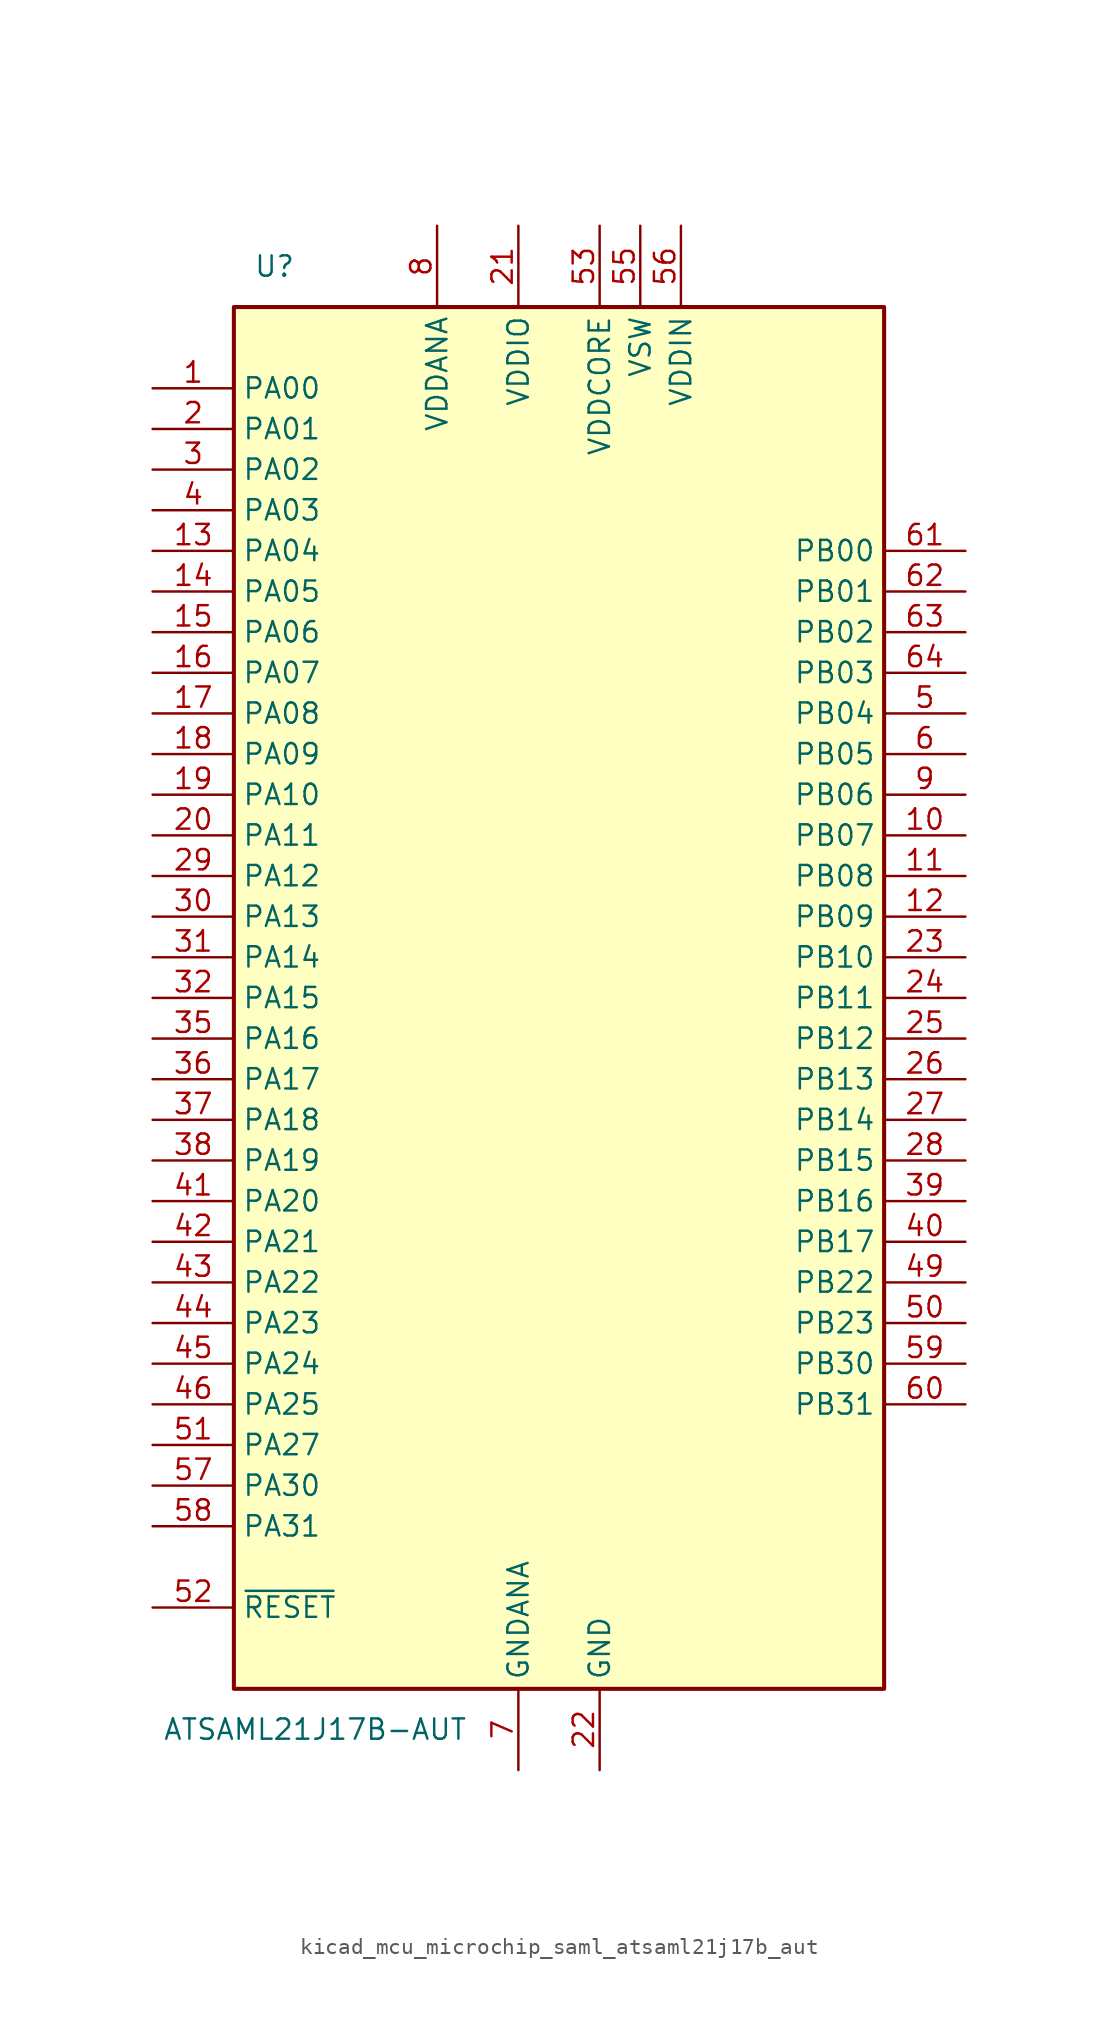
<source format=kicad_sym>
(kicad_symbol_lib
  (version 20220914)
  (generator kicad_symbol_editor)
  (symbol "kicad_mcu_microchip_saml_atsaml21j17b_aut"
    (property "Reference" "U"
      (at -17.78 45.72 0)
      (effects (font (size 1.27 1.27))))
    (property "Value" "ATSAML21J17B-AUT"
      (at -15.24 -45.72 0)
      (effects (font (size 1.27 1.27))))
    (symbol "kicad_mcu_microchip_saml_atsaml21j17b_aut_0_1"
      (rectangle (start -20.32 43.18) (end 20.32 -43.18) (stroke (width 0.254) (type default)) (fill (type background))))
    (symbol "kicad_mcu_microchip_saml_atsaml21j17b_aut_1_1"
      (pin bidirectional line (at -25.4 38.1 0) (length 5.08) (name "PA00" (effects (font (size 1.27 1.27)))) (number "1" (effects (font (size 1.27 1.27)))))
      (pin bidirectional line (at 25.4 10.16 180) (length 5.08) (name "PB07" (effects (font (size 1.27 1.27)))) (number "10" (effects (font (size 1.27 1.27)))))
      (pin bidirectional line (at 25.4 7.62 180) (length 5.08) (name "PB08" (effects (font (size 1.27 1.27)))) (number "11" (effects (font (size 1.27 1.27)))))
      (pin bidirectional line (at 25.4 5.08 180) (length 5.08) (name "PB09" (effects (font (size 1.27 1.27)))) (number "12" (effects (font (size 1.27 1.27)))))
      (pin bidirectional line (at -25.4 27.94 0) (length 5.08) (name "PA04" (effects (font (size 1.27 1.27)))) (number "13" (effects (font (size 1.27 1.27)))))
      (pin bidirectional line (at -25.4 25.4 0) (length 5.08) (name "PA05" (effects (font (size 1.27 1.27)))) (number "14" (effects (font (size 1.27 1.27)))))
      (pin bidirectional line (at -25.4 22.86 0) (length 5.08) (name "PA06" (effects (font (size 1.27 1.27)))) (number "15" (effects (font (size 1.27 1.27)))))
      (pin bidirectional line (at -25.4 20.32 0) (length 5.08) (name "PA07" (effects (font (size 1.27 1.27)))) (number "16" (effects (font (size 1.27 1.27)))))
      (pin bidirectional line (at -25.4 17.78 0) (length 5.08) (name "PA08" (effects (font (size 1.27 1.27)))) (number "17" (effects (font (size 1.27 1.27)))))
      (pin bidirectional line (at -25.4 15.24 0) (length 5.08) (name "PA09" (effects (font (size 1.27 1.27)))) (number "18" (effects (font (size 1.27 1.27)))))
      (pin bidirectional line (at -25.4 12.7 0) (length 5.08) (name "PA10" (effects (font (size 1.27 1.27)))) (number "19" (effects (font (size 1.27 1.27)))))
      (pin bidirectional line (at -25.4 35.56 0) (length 5.08) (name "PA01" (effects (font (size 1.27 1.27)))) (number "2" (effects (font (size 1.27 1.27)))))
      (pin bidirectional line (at -25.4 10.16 0) (length 5.08) (name "PA11" (effects (font (size 1.27 1.27)))) (number "20" (effects (font (size 1.27 1.27)))))
      (pin power_in line (at -2.54 48.26 270) (length 5.08) (name "VDDIO" (effects (font (size 1.27 1.27)))) (number "21" (effects (font (size 1.27 1.27)))))
      (pin power_in line (at 2.54 -48.26 90) (length 5.08) (name "GND" (effects (font (size 1.27 1.27)))) (number "22" (effects (font (size 1.27 1.27)))))
      (pin bidirectional line (at 25.4 2.54 180) (length 5.08) (name "PB10" (effects (font (size 1.27 1.27)))) (number "23" (effects (font (size 1.27 1.27)))))
      (pin bidirectional line (at 25.4 0 180) (length 5.08) (name "PB11" (effects (font (size 1.27 1.27)))) (number "24" (effects (font (size 1.27 1.27)))))
      (pin bidirectional line (at 25.4 -2.54 180) (length 5.08) (name "PB12" (effects (font (size 1.27 1.27)))) (number "25" (effects (font (size 1.27 1.27)))))
      (pin bidirectional line (at 25.4 -5.08 180) (length 5.08) (name "PB13" (effects (font (size 1.27 1.27)))) (number "26" (effects (font (size 1.27 1.27)))))
      (pin bidirectional line (at 25.4 -7.62 180) (length 5.08) (name "PB14" (effects (font (size 1.27 1.27)))) (number "27" (effects (font (size 1.27 1.27)))))
      (pin bidirectional line (at 25.4 -10.16 180) (length 5.08) (name "PB15" (effects (font (size 1.27 1.27)))) (number "28" (effects (font (size 1.27 1.27)))))
      (pin bidirectional line (at -25.4 7.62 0) (length 5.08) (name "PA12" (effects (font (size 1.27 1.27)))) (number "29" (effects (font (size 1.27 1.27)))))
      (pin bidirectional line (at -25.4 33.02 0) (length 5.08) (name "PA02" (effects (font (size 1.27 1.27)))) (number "3" (effects (font (size 1.27 1.27)))))
      (pin bidirectional line (at -25.4 5.08 0) (length 5.08) (name "PA13" (effects (font (size 1.27 1.27)))) (number "30" (effects (font (size 1.27 1.27)))))
      (pin bidirectional line (at -25.4 2.54 0) (length 5.08) (name "PA14" (effects (font (size 1.27 1.27)))) (number "31" (effects (font (size 1.27 1.27)))))
      (pin bidirectional line (at -25.4 0 0) (length 5.08) (name "PA15" (effects (font (size 1.27 1.27)))) (number "32" (effects (font (size 1.27 1.27)))))
      (pin passive line (at 2.54 -48.26 90) (length 5.08) hide (name "GND" (effects (font (size 1.27 1.27)))) (number "33" (effects (font (size 1.27 1.27)))))
      (pin passive line (at -2.54 48.26 270) (length 5.08) hide (name "VDDIO" (effects (font (size 1.27 1.27)))) (number "34" (effects (font (size 1.27 1.27)))))
      (pin bidirectional line (at -25.4 -2.54 0) (length 5.08) (name "PA16" (effects (font (size 1.27 1.27)))) (number "35" (effects (font (size 1.27 1.27)))))
      (pin bidirectional line (at -25.4 -5.08 0) (length 5.08) (name "PA17" (effects (font (size 1.27 1.27)))) (number "36" (effects (font (size 1.27 1.27)))))
      (pin bidirectional line (at -25.4 -7.62 0) (length 5.08) (name "PA18" (effects (font (size 1.27 1.27)))) (number "37" (effects (font (size 1.27 1.27)))))
      (pin bidirectional line (at -25.4 -10.16 0) (length 5.08) (name "PA19" (effects (font (size 1.27 1.27)))) (number "38" (effects (font (size 1.27 1.27)))))
      (pin bidirectional line (at 25.4 -12.7 180) (length 5.08) (name "PB16" (effects (font (size 1.27 1.27)))) (number "39" (effects (font (size 1.27 1.27)))))
      (pin bidirectional line (at -25.4 30.48 0) (length 5.08) (name "PA03" (effects (font (size 1.27 1.27)))) (number "4" (effects (font (size 1.27 1.27)))))
      (pin bidirectional line (at 25.4 -15.24 180) (length 5.08) (name "PB17" (effects (font (size 1.27 1.27)))) (number "40" (effects (font (size 1.27 1.27)))))
      (pin bidirectional line (at -25.4 -12.7 0) (length 5.08) (name "PA20" (effects (font (size 1.27 1.27)))) (number "41" (effects (font (size 1.27 1.27)))))
      (pin bidirectional line (at -25.4 -15.24 0) (length 5.08) (name "PA21" (effects (font (size 1.27 1.27)))) (number "42" (effects (font (size 1.27 1.27)))))
      (pin bidirectional line (at -25.4 -17.78 0) (length 5.08) (name "PA22" (effects (font (size 1.27 1.27)))) (number "43" (effects (font (size 1.27 1.27)))))
      (pin bidirectional line (at -25.4 -20.32 0) (length 5.08) (name "PA23" (effects (font (size 1.27 1.27)))) (number "44" (effects (font (size 1.27 1.27)))))
      (pin bidirectional line (at -25.4 -22.86 0) (length 5.08) (name "PA24" (effects (font (size 1.27 1.27)))) (number "45" (effects (font (size 1.27 1.27)))))
      (pin bidirectional line (at -25.4 -25.4 0) (length 5.08) (name "PA25" (effects (font (size 1.27 1.27)))) (number "46" (effects (font (size 1.27 1.27)))))
      (pin passive line (at 2.54 -48.26 90) (length 5.08) hide (name "GND" (effects (font (size 1.27 1.27)))) (number "47" (effects (font (size 1.27 1.27)))))
      (pin passive line (at -2.54 48.26 270) (length 5.08) hide (name "VDDIO" (effects (font (size 1.27 1.27)))) (number "48" (effects (font (size 1.27 1.27)))))
      (pin bidirectional line (at 25.4 -17.78 180) (length 5.08) (name "PB22" (effects (font (size 1.27 1.27)))) (number "49" (effects (font (size 1.27 1.27)))))
      (pin bidirectional line (at 25.4 17.78 180) (length 5.08) (name "PB04" (effects (font (size 1.27 1.27)))) (number "5" (effects (font (size 1.27 1.27)))))
      (pin bidirectional line (at 25.4 -20.32 180) (length 5.08) (name "PB23" (effects (font (size 1.27 1.27)))) (number "50" (effects (font (size 1.27 1.27)))))
      (pin bidirectional line (at -25.4 -27.94 0) (length 5.08) (name "PA27" (effects (font (size 1.27 1.27)))) (number "51" (effects (font (size 1.27 1.27)))))
      (pin input line (at -25.4 -38.1 0) (length 5.08) (name "~{RESET}" (effects (font (size 1.27 1.27)))) (number "52" (effects (font (size 1.27 1.27)))))
      (pin power_in line (at 2.54 48.26 270) (length 5.08) (name "VDDCORE" (effects (font (size 1.27 1.27)))) (number "53" (effects (font (size 1.27 1.27)))))
      (pin passive line (at 2.54 -48.26 90) (length 5.08) hide (name "GND" (effects (font (size 1.27 1.27)))) (number "54" (effects (font (size 1.27 1.27)))))
      (pin power_out line (at 5.08 48.26 270) (length 5.08) (name "VSW" (effects (font (size 1.27 1.27)))) (number "55" (effects (font (size 1.27 1.27)))))
      (pin power_in line (at 7.62 48.26 270) (length 5.08) (name "VDDIN" (effects (font (size 1.27 1.27)))) (number "56" (effects (font (size 1.27 1.27)))))
      (pin bidirectional line (at -25.4 -30.48 0) (length 5.08) (name "PA30" (effects (font (size 1.27 1.27)))) (number "57" (effects (font (size 1.27 1.27)))))
      (pin bidirectional line (at -25.4 -33.02 0) (length 5.08) (name "PA31" (effects (font (size 1.27 1.27)))) (number "58" (effects (font (size 1.27 1.27)))))
      (pin bidirectional line (at 25.4 -22.86 180) (length 5.08) (name "PB30" (effects (font (size 1.27 1.27)))) (number "59" (effects (font (size 1.27 1.27)))))
      (pin bidirectional line (at 25.4 15.24 180) (length 5.08) (name "PB05" (effects (font (size 1.27 1.27)))) (number "6" (effects (font (size 1.27 1.27)))))
      (pin bidirectional line (at 25.4 -25.4 180) (length 5.08) (name "PB31" (effects (font (size 1.27 1.27)))) (number "60" (effects (font (size 1.27 1.27)))))
      (pin bidirectional line (at 25.4 27.94 180) (length 5.08) (name "PB00" (effects (font (size 1.27 1.27)))) (number "61" (effects (font (size 1.27 1.27)))))
      (pin bidirectional line (at 25.4 25.4 180) (length 5.08) (name "PB01" (effects (font (size 1.27 1.27)))) (number "62" (effects (font (size 1.27 1.27)))))
      (pin bidirectional line (at 25.4 22.86 180) (length 5.08) (name "PB02" (effects (font (size 1.27 1.27)))) (number "63" (effects (font (size 1.27 1.27)))))
      (pin bidirectional line (at 25.4 20.32 180) (length 5.08) (name "PB03" (effects (font (size 1.27 1.27)))) (number "64" (effects (font (size 1.27 1.27)))))
      (pin power_in line (at -2.54 -48.26 90) (length 5.08) (name "GNDANA" (effects (font (size 1.27 1.27)))) (number "7" (effects (font (size 1.27 1.27)))))
      (pin power_in line (at -7.62 48.26 270) (length 5.08) (name "VDDANA" (effects (font (size 1.27 1.27)))) (number "8" (effects (font (size 1.27 1.27)))))
      (pin bidirectional line (at 25.4 12.7 180) (length 5.08) (name "PB06" (effects (font (size 1.27 1.27)))) (number "9" (effects (font (size 1.27 1.27))))))))
</source>
